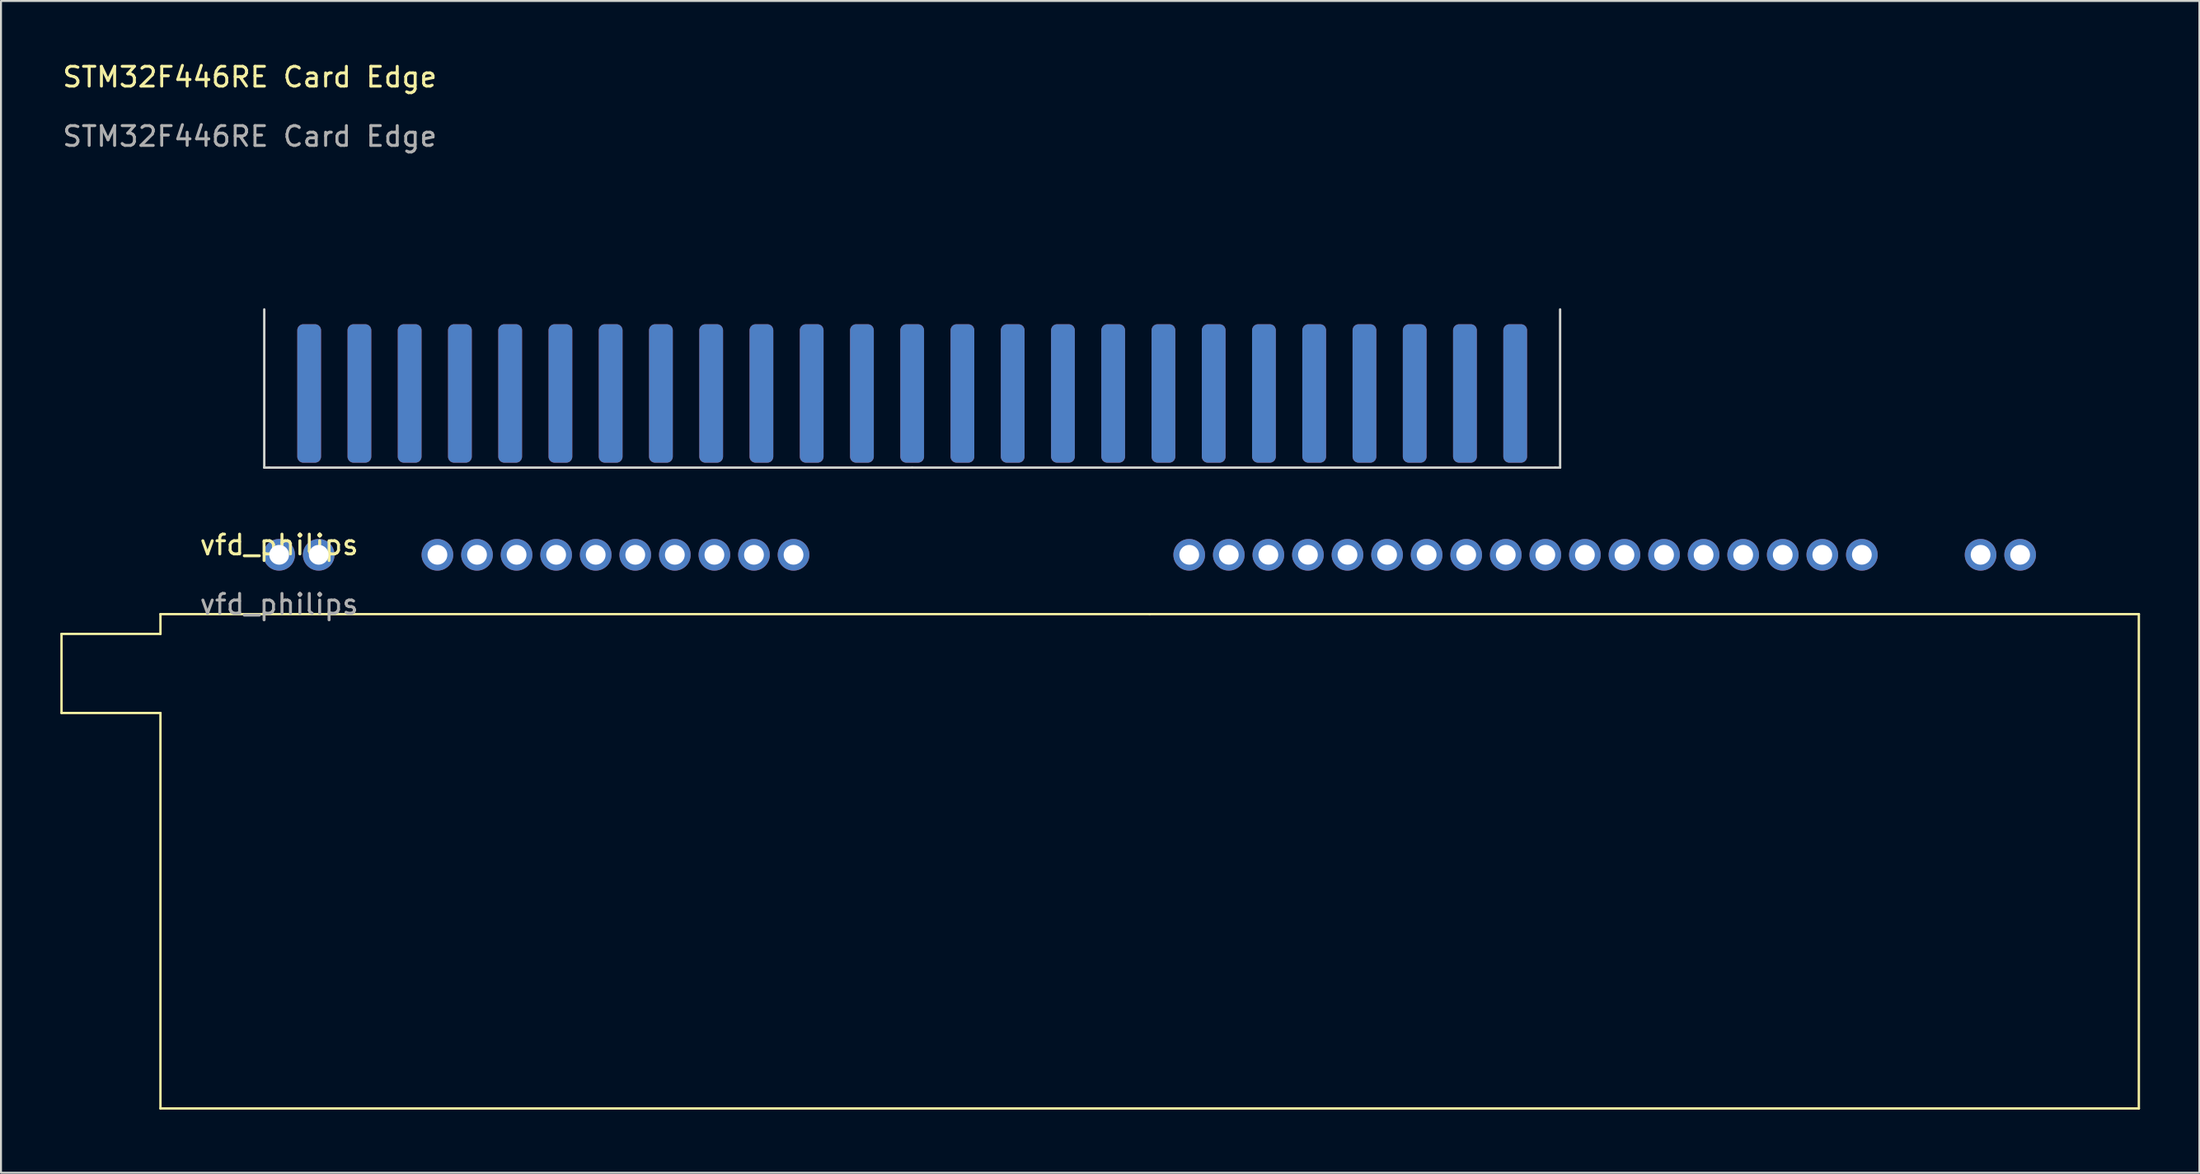
<source format=kicad_pcb>
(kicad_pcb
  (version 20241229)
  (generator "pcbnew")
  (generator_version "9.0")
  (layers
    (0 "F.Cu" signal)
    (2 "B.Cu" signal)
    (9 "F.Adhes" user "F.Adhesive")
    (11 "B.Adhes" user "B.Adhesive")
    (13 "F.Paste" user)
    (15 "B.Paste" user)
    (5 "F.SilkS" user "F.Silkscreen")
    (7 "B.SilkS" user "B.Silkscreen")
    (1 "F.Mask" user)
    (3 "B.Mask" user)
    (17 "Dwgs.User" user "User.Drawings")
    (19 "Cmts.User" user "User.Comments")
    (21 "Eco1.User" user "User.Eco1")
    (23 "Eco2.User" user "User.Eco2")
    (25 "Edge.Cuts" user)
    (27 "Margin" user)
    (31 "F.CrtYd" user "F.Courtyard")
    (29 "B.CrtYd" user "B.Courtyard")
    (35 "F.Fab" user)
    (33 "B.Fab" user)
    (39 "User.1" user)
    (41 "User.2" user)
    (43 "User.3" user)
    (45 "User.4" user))
  (footprint "vfd_philips"
    (layer "F.Cu")
    (at 5.06 53.007)
    (property "Reference" "vfd_philips" (at 6 -28.5 0) (unlocked yes) (layer "F.SilkS") (effects (font (size 1 1) (thickness 0.15))))
    (attr through_hole)
    (fp_line (start -5 -24) (end 0 -24) (stroke (width 0.12) (type default)) (layer "F.SilkS"))
    (fp_line (start -5 -20) (end -5 -24) (stroke (width 0.12) (type default)) (layer "F.SilkS"))
    (fp_line (start 0 -25) (end 0 -24) (stroke (width 0.12) (type default)) (layer "F.SilkS"))
    (fp_line (start 0 -20) (end -5 -20) (stroke (width 0.12) (type default)) (layer "F.SilkS"))
    (fp_line (start 0 0) (end 0 -20) (stroke (width 0.12) (type default)) (layer "F.SilkS"))
    (fp_line (start 50 -25) (end 0 -25) (stroke (width 0.12) (type default)) (layer "F.SilkS"))
    (fp_line (start 50 -25) (end 100 -25) (stroke (width 0.12) (type default)) (layer "F.SilkS"))
    (fp_line (start 100 -25) (end 100 0) (stroke (width 0.12) (type default)) (layer "F.SilkS"))
    (fp_line (start 100 0) (end 0 0) (stroke (width 0.12) (type default)) (layer "F.SilkS"))
    (fp_text user "${REFERENCE}" (at 6 -25.5 0) (unlocked yes) (layer "F.Fab") (effects (font (size 1 1) (thickness 0.15))))
    (pad "1" thru_hole circle (at 94 -28) (size 1.6 1.6) (drill 1) (layers "*.Cu" "*.Mask"))
    (pad "2" thru_hole circle (at 92 -28) (size 1.6 1.6) (drill 1) (layers "*.Cu" "*.Mask"))
    (pad "5" thru_hole circle (at 86 -28) (size 1.6 1.6) (drill 1) (layers "*.Cu" "*.Mask"))
    (pad "6" thru_hole circle (at 84 -28) (size 1.6 1.6) (drill 1) (layers "*.Cu" "*.Mask"))
    (pad "7" thru_hole circle (at 82 -28) (size 1.6 1.6) (drill 1) (layers "*.Cu" "*.Mask"))
    (pad "8" thru_hole circle (at 80 -28) (size 1.6 1.6) (drill 1) (layers "*.Cu" "*.Mask"))
    (pad "9" thru_hole circle (at 78 -28) (size 1.6 1.6) (drill 1) (layers "*.Cu" "*.Mask"))
    (pad "10" thru_hole circle (at 76 -28) (size 1.6 1.6) (drill 1) (layers "*.Cu" "*.Mask"))
    (pad "11" thru_hole circle (at 74 -28) (size 1.6 1.6) (drill 1) (layers "*.Cu" "*.Mask"))
    (pad "12" thru_hole circle (at 72 -28) (size 1.6 1.6) (drill 1) (layers "*.Cu" "*.Mask"))
    (pad "13" thru_hole circle (at 70 -28) (size 1.6 1.6) (drill 1) (layers "*.Cu" "*.Mask"))
    (pad "14" thru_hole circle (at 68 -28) (size 1.6 1.6) (drill 1) (layers "*.Cu" "*.Mask"))
    (pad "15" thru_hole circle (at 66 -28) (size 1.6 1.6) (drill 1) (layers "*.Cu" "*.Mask"))
    (pad "16" thru_hole circle (at 64 -28) (size 1.6 1.6) (drill 1) (layers "*.Cu" "*.Mask"))
    (pad "17" thru_hole circle (at 62 -28) (size 1.6 1.6) (drill 1) (layers "*.Cu" "*.Mask"))
    (pad "18" thru_hole circle (at 60 -28) (size 1.6 1.6) (drill 1) (layers "*.Cu" "*.Mask"))
    (pad "19" thru_hole circle (at 58 -28) (size 1.6 1.6) (drill 1) (layers "*.Cu" "*.Mask"))
    (pad "20" thru_hole circle (at 56 -28) (size 1.6 1.6) (drill 1) (layers "*.Cu" "*.Mask"))
    (pad "21" thru_hole circle (at 54 -28) (size 1.6 1.6) (drill 1) (layers "*.Cu" "*.Mask"))
    (pad "22" thru_hole circle (at 52 -28) (size 1.6 1.6) (drill 1) (layers "*.Cu" "*.Mask"))
    (pad "32" thru_hole circle (at 32 -28) (size 1.6 1.6) (drill 1) (layers "*.Cu" "*.Mask"))
    (pad "33" thru_hole circle (at 30 -28) (size 1.6 1.6) (drill 1) (layers "*.Cu" "*.Mask"))
    (pad "34" thru_hole circle (at 28 -28) (size 1.6 1.6) (drill 1) (layers "*.Cu" "*.Mask"))
    (pad "35" thru_hole circle (at 26 -28) (size 1.6 1.6) (drill 1) (layers "*.Cu" "*.Mask"))
    (pad "36" thru_hole circle (at 24 -28) (size 1.6 1.6) (drill 1) (layers "*.Cu" "*.Mask"))
    (pad "37" thru_hole circle (at 22 -28) (size 1.6 1.6) (drill 1) (layers "*.Cu" "*.Mask"))
    (pad "38" thru_hole circle (at 20 -28) (size 1.6 1.6) (drill 1) (layers "*.Cu" "*.Mask"))
    (pad "39" thru_hole circle (at 18 -28) (size 1.6 1.6) (drill 1) (layers "*.Cu" "*.Mask"))
    (pad "40" thru_hole circle (at 16 -28) (size 1.6 1.6) (drill 1) (layers "*.Cu" "*.Mask"))
    (pad "41" thru_hole circle (at 14 -28) (size 1.6 1.6) (drill 1) (layers "*.Cu" "*.Mask"))
    (pad "44" thru_hole circle (at 8 -28) (size 1.6 1.6) (drill 1) (layers "*.Cu" "*.Mask"))
    (pad "45" thru_hole circle (at 6 -28) (size 1.6 1.6) (drill 1) (layers "*.Cu" "*.Mask")))
  (footprint "STM32F446RE Card Edge"
    (layer "F.Cu")
    (at 43.057 16.848)
    (property "Reference" "STM32F446RE Card Edge" (at -33.48 -16 0) (unlocked yes) (layer "F.SilkS") (effects (font (size 1 1) (thickness 0.15))))
    (attr smd)
    (fp_line (start -32.75 3.75) (end -32.75 -4.25) (stroke (width 0.12) (type default)) (layer "Edge.Cuts"))
    (fp_line (start -32.5 3.75) (end -32.75 3.75) (stroke (width 0.12) (type default)) (layer "Edge.Cuts"))
    (fp_line (start 0 3.75) (end -32.5 3.75) (stroke (width 0.12) (type default)) (layer "Edge.Cuts"))
    (fp_line (start 0 3.75) (end 32.5 3.75) (stroke (width 0.12) (type default)) (layer "Edge.Cuts"))
    (fp_line (start 32.5 3.75) (end 32.75 3.75) (stroke (width 0.12) (type default)) (layer "Edge.Cuts"))
    (fp_line (start 32.75 3.75) (end 32.75 -4.25) (stroke (width 0.12) (type default)) (layer "Edge.Cuts"))
    (fp_text user "${REFERENCE}" (at -33.48 -13 0) (unlocked yes) (layer "F.Fab") (effects (font (size 1 1) (thickness 0.15))))
    (pad "1" smd roundrect (at -30.48 0) (size 1.2 7) (layers "B.Cu" "B.Mask" "B.Paste") (roundrect_rratio 0.25))
    (pad "2" smd roundrect (at -27.94 0) (size 1.2 7) (layers "B.Cu" "B.Mask" "B.Paste") (roundrect_rratio 0.25))
    (pad "3" smd roundrect (at -25.4 0) (size 1.2 7) (layers "B.Cu" "B.Mask" "B.Paste") (roundrect_rratio 0.25))
    (pad "4" smd roundrect (at -22.86 0) (size 1.2 7) (layers "B.Cu" "B.Mask" "B.Paste") (roundrect_rratio 0.25))
    (pad "5" smd roundrect (at -20.32 0) (size 1.2 7) (layers "B.Cu" "B.Mask" "B.Paste") (roundrect_rratio 0.25))
    (pad "6" smd roundrect (at -17.78 0) (size 1.2 7) (layers "B.Cu" "B.Mask" "B.Paste") (roundrect_rratio 0.25))
    (pad "7" smd roundrect (at -15.24 0) (size 1.2 7) (layers "B.Cu" "B.Mask" "B.Paste") (roundrect_rratio 0.25))
    (pad "8" smd roundrect (at -12.7 0) (size 1.2 7) (layers "B.Cu" "B.Mask" "B.Paste") (roundrect_rratio 0.25))
    (pad "9" smd roundrect (at -10.16 0) (size 1.2 7) (layers "B.Cu" "B.Mask" "B.Paste") (roundrect_rratio 0.25))
    (pad "10" smd roundrect (at -7.62 0) (size 1.2 7) (layers "B.Cu" "B.Mask" "B.Paste") (roundrect_rratio 0.25))
    (pad "11" smd roundrect (at -5.08 0) (size 1.2 7) (layers "B.Cu" "B.Mask" "B.Paste") (roundrect_rratio 0.25))
    (pad "12" smd roundrect (at -2.54 0) (size 1.2 7) (layers "B.Cu" "B.Mask" "B.Paste") (roundrect_rratio 0.25))
    (pad "13" smd roundrect (at 0 0) (size 1.2 7) (layers "B.Cu" "B.Mask" "B.Paste") (roundrect_rratio 0.25))
    (pad "14" smd roundrect (at 2.54 0) (size 1.2 7) (layers "B.Cu" "B.Mask" "B.Paste") (roundrect_rratio 0.25))
    (pad "15" smd roundrect (at 5.08 0) (size 1.2 7) (layers "B.Cu" "B.Mask" "B.Paste") (roundrect_rratio 0.25))
    (pad "16" smd roundrect (at 7.62 0) (size 1.2 7) (layers "B.Cu" "B.Mask" "B.Paste") (roundrect_rratio 0.25))
    (pad "17" smd roundrect (at 10.16 0) (size 1.2 7) (layers "B.Cu" "B.Mask" "B.Paste") (roundrect_rratio 0.25))
    (pad "18" smd roundrect (at 12.7 0) (size 1.2 7) (layers "B.Cu" "B.Mask" "B.Paste") (roundrect_rratio 0.25))
    (pad "19" smd roundrect (at 15.24 0) (size 1.2 7) (layers "B.Cu" "B.Mask" "B.Paste") (roundrect_rratio 0.25))
    (pad "20" smd roundrect (at 17.78 0) (size 1.2 7) (layers "B.Cu" "B.Mask" "B.Paste") (roundrect_rratio 0.25))
    (pad "21" smd roundrect (at 20.32 0) (size 1.2 7) (layers "B.Cu" "B.Mask" "B.Paste") (roundrect_rratio 0.25))
    (pad "22" smd roundrect (at 22.86 0) (size 1.2 7) (layers "B.Cu" "B.Mask" "B.Paste") (roundrect_rratio 0.25))
    (pad "23" smd roundrect (at 25.4 0) (size 1.2 7) (layers "B.Cu" "B.Mask" "B.Paste") (roundrect_rratio 0.25))
    (pad "24" smd roundrect (at 27.94 0) (size 1.2 7) (layers "B.Cu" "B.Mask" "B.Paste") (roundrect_rratio 0.25))
    (pad "25" smd roundrect (at 30.48 0) (size 1.2 7) (layers "B.Cu" "B.Mask" "B.Paste") (roundrect_rratio 0.25))
    (pad "26" smd roundrect (at -30.48 0) (size 1.2 7) (layers "F.Cu" "F.Mask" "F.Paste") (roundrect_rratio 0.25))
    (pad "27" smd roundrect (at -27.94 0) (size 1.2 7) (layers "F.Cu" "F.Mask" "F.Paste") (roundrect_rratio 0.25))
    (pad "28" smd roundrect (at -25.4 0) (size 1.2 7) (layers "F.Cu" "F.Mask" "F.Paste") (roundrect_rratio 0.25))
    (pad "29" smd roundrect (at -22.86 0) (size 1.2 7) (layers "F.Cu" "F.Mask" "F.Paste") (roundrect_rratio 0.25))
    (pad "30" smd roundrect (at -20.32 0) (size 1.2 7) (layers "F.Cu" "F.Mask" "F.Paste") (roundrect_rratio 0.25))
    (pad "31" smd roundrect (at -17.78 0) (size 1.2 7) (layers "F.Cu" "F.Mask" "F.Paste") (roundrect_rratio 0.25))
    (pad "32" smd roundrect (at -15.24 0) (size 1.2 7) (layers "F.Cu" "F.Mask" "F.Paste") (roundrect_rratio 0.25))
    (pad "33" smd roundrect (at -12.7 0) (size 1.2 7) (layers "F.Cu" "F.Mask" "F.Paste") (roundrect_rratio 0.25))
    (pad "34" smd roundrect (at -10.16 0) (size 1.2 7) (layers "F.Cu" "F.Mask" "F.Paste") (roundrect_rratio 0.25))
    (pad "35" smd roundrect (at -7.62 0) (size 1.2 7) (layers "F.Cu" "F.Mask" "F.Paste") (roundrect_rratio 0.25))
    (pad "36" smd roundrect (at -5.08 0) (size 1.2 7) (layers "F.Cu" "F.Mask" "F.Paste") (roundrect_rratio 0.25))
    (pad "37" smd roundrect (at -2.54 0) (size 1.2 7) (layers "F.Cu" "F.Mask" "F.Paste") (roundrect_rratio 0.25))
    (pad "38" smd roundrect (at 0 0) (size 1.2 7) (layers "F.Cu" "F.Mask" "F.Paste") (roundrect_rratio 0.25))
    (pad "39" smd roundrect (at 2.54 0) (size 1.2 7) (layers "F.Cu" "F.Mask" "F.Paste") (roundrect_rratio 0.25))
    (pad "40" smd roundrect (at 5.08 0) (size 1.2 7) (layers "F.Cu" "F.Mask" "F.Paste") (roundrect_rratio 0.25))
    (pad "41" smd roundrect (at 7.62 0) (size 1.2 7) (layers "F.Cu" "F.Mask" "F.Paste") (roundrect_rratio 0.25))
    (pad "42" smd roundrect (at 10.16 0) (size 1.2 7) (layers "F.Cu" "F.Mask" "F.Paste") (roundrect_rratio 0.25))
    (pad "43" smd roundrect (at 12.7 0) (size 1.2 7) (layers "F.Cu" "F.Mask" "F.Paste") (roundrect_rratio 0.25))
    (pad "44" smd roundrect (at 15.24 0) (size 1.2 7) (layers "F.Cu" "F.Mask" "F.Paste") (roundrect_rratio 0.25))
    (pad "45" smd roundrect (at 17.78 0) (size 1.2 7) (layers "F.Cu" "F.Mask" "F.Paste") (roundrect_rratio 0.25))
    (pad "46" smd roundrect (at 20.32 0) (size 1.2 7) (layers "F.Cu" "F.Mask" "F.Paste") (roundrect_rratio 0.25))
    (pad "47" smd roundrect (at 22.86 0) (size 1.2 7) (layers "F.Cu" "F.Mask" "F.Paste") (roundrect_rratio 0.25))
    (pad "48" smd roundrect (at 25.4 0) (size 1.2 7) (layers "F.Cu" "F.Mask" "F.Paste") (roundrect_rratio 0.25))
    (pad "49" smd roundrect (at 27.94 0) (size 1.2 7) (layers "F.Cu" "F.Mask" "F.Paste") (roundrect_rratio 0.25))
    (pad "50" smd roundrect (at 30.48 0) (size 1.2 7) (layers "F.Cu" "F.Mask" "F.Paste") (roundrect_rratio 0.25)))
  (gr_rect
    (start -3 -3)
    (end 108.12 56.257)
    (stroke (width 0.1) (type default))
    (fill no)
    (layer "Edge.Cuts")))
</source>
